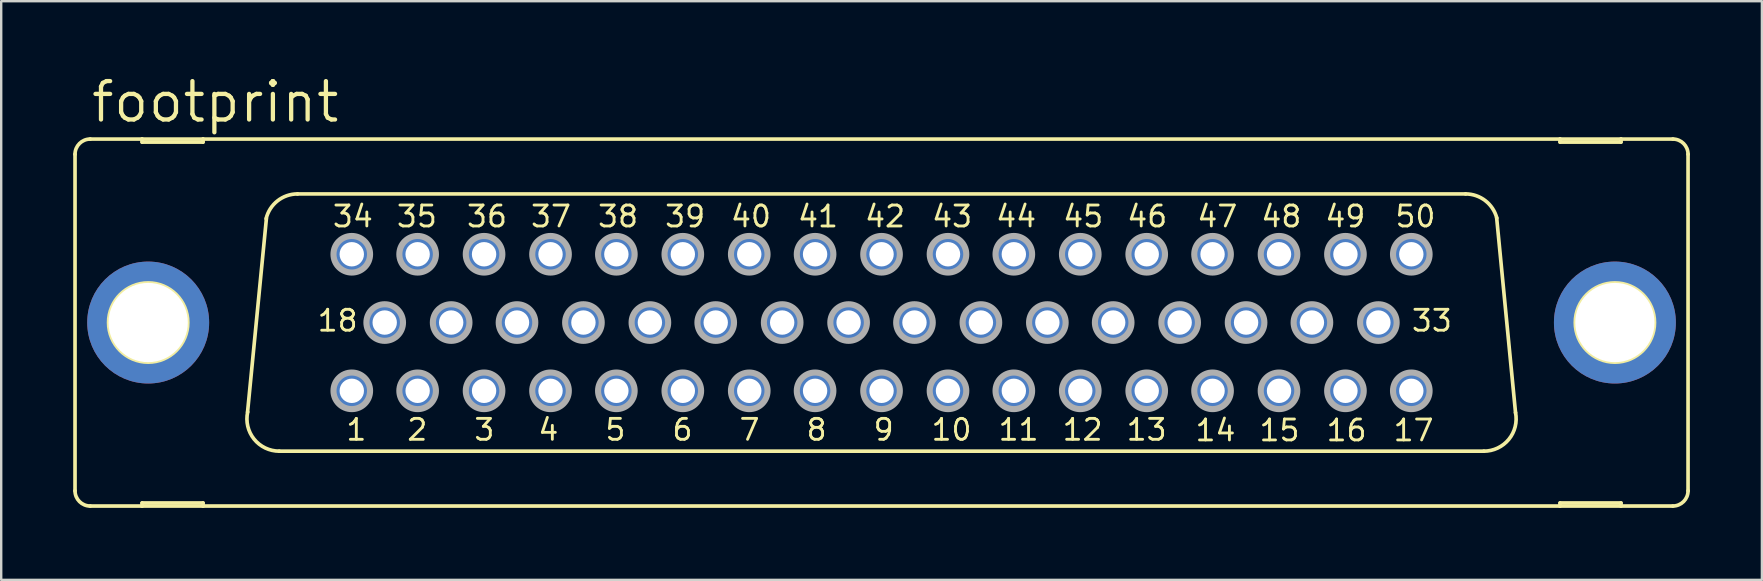
<source format=kicad_pcb>
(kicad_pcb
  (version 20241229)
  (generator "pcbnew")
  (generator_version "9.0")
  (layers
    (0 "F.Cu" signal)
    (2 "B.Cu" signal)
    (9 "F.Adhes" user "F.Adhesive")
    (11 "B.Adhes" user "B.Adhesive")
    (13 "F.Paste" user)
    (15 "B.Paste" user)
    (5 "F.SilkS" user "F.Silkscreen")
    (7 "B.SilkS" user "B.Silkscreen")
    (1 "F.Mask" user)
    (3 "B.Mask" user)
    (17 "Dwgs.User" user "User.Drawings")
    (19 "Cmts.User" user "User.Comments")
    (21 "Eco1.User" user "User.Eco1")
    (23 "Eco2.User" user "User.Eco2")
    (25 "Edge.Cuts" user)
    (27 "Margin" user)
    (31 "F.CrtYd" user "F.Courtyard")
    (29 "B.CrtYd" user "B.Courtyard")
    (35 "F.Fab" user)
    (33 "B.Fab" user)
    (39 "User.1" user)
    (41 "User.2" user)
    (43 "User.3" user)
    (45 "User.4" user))
  (footprint "footprint"
    (layer "F.Cu")
    (at 33.68 10.389)
    (property "Reference" "footprint" (at -33.02 -8.255 0) (layer "F.SilkS") (effects (font (size 1.6 1.6) (thickness 0.178)) (justify left bottom)))
    (fp_line (start -33.604 7.01) (end -33.604 -7.01) (stroke (width 0.152) (type solid)) (layer "F.SilkS"))
    (fp_line (start -32.969 7.645) (end -30.81 7.645) (stroke (width 0.152) (type solid)) (layer "F.SilkS"))
    (fp_line (start -30.81 -7.645) (end -32.969 -7.645) (stroke (width 0.152) (type solid)) (layer "F.SilkS"))
    (fp_line (start -30.81 -7.518) (end -30.81 -7.645) (stroke (width 0.152) (type solid)) (layer "F.SilkS"))
    (fp_line (start -30.81 7.518) (end -30.81 7.645) (stroke (width 0.152) (type solid)) (layer "F.SilkS"))
    (fp_line (start -30.81 7.645) (end -28.27 7.645) (stroke (width 0.152) (type solid)) (layer "F.SilkS"))
    (fp_line (start -28.27 -7.645) (end -30.81 -7.645) (stroke (width 0.152) (type solid)) (layer "F.SilkS"))
    (fp_line (start -28.27 -7.645) (end -28.27 -7.518) (stroke (width 0.152) (type solid)) (layer "F.SilkS"))
    (fp_line (start -28.27 -7.518) (end -30.81 -7.518) (stroke (width 0.152) (type solid)) (layer "F.SilkS"))
    (fp_line (start -28.27 7.518) (end -30.81 7.518) (stroke (width 0.152) (type solid)) (layer "F.SilkS"))
    (fp_line (start -28.27 7.645) (end -28.27 7.518) (stroke (width 0.152) (type solid)) (layer "F.SilkS"))
    (fp_line (start -28.27 7.645) (end 28.27 7.645) (stroke (width 0.152) (type solid)) (layer "F.SilkS"))
    (fp_line (start -26.416 3.734) (end -25.629 -4.343) (stroke (width 0.152) (type solid)) (layer "F.SilkS"))
    (fp_line (start 24.333 -5.359) (end -24.333 -5.359) (stroke (width 0.152) (type solid)) (layer "F.SilkS"))
    (fp_line (start 25.095 5.359) (end -25.095 5.359) (stroke (width 0.152) (type solid)) (layer "F.SilkS"))
    (fp_line (start 25.629 -4.369) (end 26.416 3.759) (stroke (width 0.152) (type solid)) (layer "F.SilkS"))
    (fp_line (start 28.27 -7.645) (end -28.27 -7.645) (stroke (width 0.152) (type solid)) (layer "F.SilkS"))
    (fp_line (start 28.27 -7.518) (end 28.27 -7.645) (stroke (width 0.152) (type solid)) (layer "F.SilkS"))
    (fp_line (start 28.27 7.518) (end 28.27 7.645) (stroke (width 0.152) (type solid)) (layer "F.SilkS"))
    (fp_line (start 28.27 7.645) (end 30.81 7.645) (stroke (width 0.152) (type solid)) (layer "F.SilkS"))
    (fp_line (start 30.81 -7.645) (end 28.27 -7.645) (stroke (width 0.152) (type solid)) (layer "F.SilkS"))
    (fp_line (start 30.81 -7.645) (end 30.81 -7.518) (stroke (width 0.152) (type solid)) (layer "F.SilkS"))
    (fp_line (start 30.81 -7.518) (end 28.27 -7.518) (stroke (width 0.152) (type solid)) (layer "F.SilkS"))
    (fp_line (start 30.81 7.518) (end 28.27 7.518) (stroke (width 0.152) (type solid)) (layer "F.SilkS"))
    (fp_line (start 30.81 7.645) (end 30.81 7.518) (stroke (width 0.152) (type solid)) (layer "F.SilkS"))
    (fp_line (start 30.81 7.645) (end 32.969 7.645) (stroke (width 0.152) (type solid)) (layer "F.SilkS"))
    (fp_line (start 32.969 -7.645) (end 30.81 -7.645) (stroke (width 0.152) (type solid)) (layer "F.SilkS"))
    (fp_line (start 33.604 7.01) (end 33.604 -7.01) (stroke (width 0.152) (type solid)) (layer "F.SilkS"))
    (fp_arc (start -33.6042 -7.0104) (mid -33.418213 -7.459413) (end -32.9692 -7.6454) (stroke (width 0.1524) (type solid)) (layer "F.SilkS"))
    (fp_arc (start -32.9692 7.6454) (mid -33.418213 7.459413) (end -33.6042 7.0104) (stroke (width 0.1524) (type solid)) (layer "F.SilkS"))
    (fp_arc (start -25.6422 -4.3274) (mid -25.166655 -5.070446) (end -24.333199 -5.3596) (stroke (width 0.1524) (type solid)) (layer "F.SilkS"))
    (fp_arc (start -25.0952 5.3591) (mid -26.143577 4.85738) (end -26.4105 3.7262) (stroke (width 0.1524) (type solid)) (layer "F.SilkS"))
    (fp_arc (start 24.3332 -5.3594) (mid 25.1567 -5.078145) (end 25.6361 -4.3519) (stroke (width 0.1524) (type solid)) (layer "F.SilkS"))
    (fp_arc (start 26.4153 3.7492) (mid 26.136282 4.866684) (end 25.0952 5.3594) (stroke (width 0.1524) (type solid)) (layer "F.SilkS"))
    (fp_arc (start 32.9692 -7.6454) (mid 33.418213 -7.459413) (end 33.6042 -7.0104) (stroke (width 0.1524) (type solid)) (layer "F.SilkS"))
    (fp_arc (start 33.6042 7.0104) (mid 33.418213 7.459413) (end 32.9692 7.6454) (stroke (width 0.1524) (type solid)) (layer "F.SilkS"))
    (fp_circle (center -30.556 0) (end -28.905 0) (stroke (width 0.152) (type solid)) (fill no) (layer "F.SilkS"))
    (fp_circle (center 30.556 0) (end 32.207 0) (stroke (width 0.152) (type solid)) (fill no) (layer "F.SilkS"))
    (fp_circle (center -22.073 -2.845) (end -21.311 -2.845) (stroke (width 0.254) (type solid)) (fill no) (layer "F.Fab"))
    (fp_circle (center -22.073 2.845) (end -21.311 2.845) (stroke (width 0.254) (type solid)) (fill no) (layer "F.Fab"))
    (fp_circle (center -20.701 0) (end -19.939 0) (stroke (width 0.254) (type solid)) (fill no) (layer "F.Fab"))
    (fp_circle (center -19.329 -2.845) (end -18.567 -2.845) (stroke (width 0.254) (type solid)) (fill no) (layer "F.Fab"))
    (fp_circle (center -19.329 2.845) (end -18.567 2.845) (stroke (width 0.254) (type solid)) (fill no) (layer "F.Fab"))
    (fp_circle (center -17.932 0) (end -17.17 0) (stroke (width 0.254) (type solid)) (fill no) (layer "F.Fab"))
    (fp_circle (center -16.561 -2.845) (end -15.799 -2.845) (stroke (width 0.254) (type solid)) (fill no) (layer "F.Fab"))
    (fp_circle (center -16.561 2.845) (end -15.799 2.845) (stroke (width 0.254) (type solid)) (fill no) (layer "F.Fab"))
    (fp_circle (center -15.189 0) (end -14.427 0) (stroke (width 0.254) (type solid)) (fill no) (layer "F.Fab"))
    (fp_circle (center -13.792 -2.845) (end -13.03 -2.845) (stroke (width 0.254) (type solid)) (fill no) (layer "F.Fab"))
    (fp_circle (center -13.792 2.845) (end -13.03 2.845) (stroke (width 0.254) (type solid)) (fill no) (layer "F.Fab"))
    (fp_circle (center -12.421 0) (end -11.659 0) (stroke (width 0.254) (type solid)) (fill no) (layer "F.Fab"))
    (fp_circle (center -11.049 -2.845) (end -10.287 -2.845) (stroke (width 0.254) (type solid)) (fill no) (layer "F.Fab"))
    (fp_circle (center -11.049 2.845) (end -10.287 2.845) (stroke (width 0.254) (type solid)) (fill no) (layer "F.Fab"))
    (fp_circle (center -9.652 0) (end -8.89 0) (stroke (width 0.254) (type solid)) (fill no) (layer "F.Fab"))
    (fp_circle (center -8.28 -2.845) (end -7.518 -2.845) (stroke (width 0.254) (type solid)) (fill no) (layer "F.Fab"))
    (fp_circle (center -8.28 2.845) (end -7.518 2.845) (stroke (width 0.254) (type solid)) (fill no) (layer "F.Fab"))
    (fp_circle (center -6.909 0) (end -6.147 0) (stroke (width 0.254) (type solid)) (fill no) (layer "F.Fab"))
    (fp_circle (center -5.512 -2.845) (end -4.75 -2.845) (stroke (width 0.254) (type solid)) (fill no) (layer "F.Fab"))
    (fp_circle (center -5.512 2.845) (end -4.75 2.845) (stroke (width 0.254) (type solid)) (fill no) (layer "F.Fab"))
    (fp_circle (center -4.14 0) (end -3.378 0) (stroke (width 0.254) (type solid)) (fill no) (layer "F.Fab"))
    (fp_circle (center -2.769 -2.845) (end -2.007 -2.845) (stroke (width 0.254) (type solid)) (fill no) (layer "F.Fab"))
    (fp_circle (center -2.769 2.845) (end -2.007 2.845) (stroke (width 0.254) (type solid)) (fill no) (layer "F.Fab"))
    (fp_circle (center -1.372 0) (end -0.61 0) (stroke (width 0.254) (type solid)) (fill no) (layer "F.Fab"))
    (fp_circle (center 0 -2.845) (end 0.762 -2.845) (stroke (width 0.254) (type solid)) (fill no) (layer "F.Fab"))
    (fp_circle (center 0 2.845) (end 0.762 2.845) (stroke (width 0.254) (type solid)) (fill no) (layer "F.Fab"))
    (fp_circle (center 1.372 0) (end 2.134 0) (stroke (width 0.254) (type solid)) (fill no) (layer "F.Fab"))
    (fp_circle (center 2.769 -2.845) (end 3.531 -2.845) (stroke (width 0.254) (type solid)) (fill no) (layer "F.Fab"))
    (fp_circle (center 2.769 2.845) (end 3.531 2.845) (stroke (width 0.254) (type solid)) (fill no) (layer "F.Fab"))
    (fp_circle (center 4.14 0) (end 4.902 0) (stroke (width 0.254) (type solid)) (fill no) (layer "F.Fab"))
    (fp_circle (center 5.512 -2.845) (end 6.274 -2.845) (stroke (width 0.254) (type solid)) (fill no) (layer "F.Fab"))
    (fp_circle (center 5.512 2.845) (end 6.274 2.845) (stroke (width 0.254) (type solid)) (fill no) (layer "F.Fab"))
    (fp_circle (center 6.909 0) (end 7.671 0) (stroke (width 0.254) (type solid)) (fill no) (layer "F.Fab"))
    (fp_circle (center 8.28 -2.845) (end 9.042 -2.845) (stroke (width 0.254) (type solid)) (fill no) (layer "F.Fab"))
    (fp_circle (center 8.28 2.845) (end 9.042 2.845) (stroke (width 0.254) (type solid)) (fill no) (layer "F.Fab"))
    (fp_circle (center 9.652 0) (end 10.414 0) (stroke (width 0.254) (type solid)) (fill no) (layer "F.Fab"))
    (fp_circle (center 11.049 -2.845) (end 11.811 -2.845) (stroke (width 0.254) (type solid)) (fill no) (layer "F.Fab"))
    (fp_circle (center 11.049 2.845) (end 11.811 2.845) (stroke (width 0.254) (type solid)) (fill no) (layer "F.Fab"))
    (fp_circle (center 12.421 0) (end 13.183 0) (stroke (width 0.254) (type solid)) (fill no) (layer "F.Fab"))
    (fp_circle (center 13.792 -2.845) (end 14.554 -2.845) (stroke (width 0.254) (type solid)) (fill no) (layer "F.Fab"))
    (fp_circle (center 13.792 2.845) (end 14.554 2.845) (stroke (width 0.254) (type solid)) (fill no) (layer "F.Fab"))
    (fp_circle (center 15.189 0) (end 15.951 0) (stroke (width 0.254) (type solid)) (fill no) (layer "F.Fab"))
    (fp_circle (center 16.561 -2.845) (end 17.323 -2.845) (stroke (width 0.254) (type solid)) (fill no) (layer "F.Fab"))
    (fp_circle (center 16.561 2.845) (end 17.323 2.845) (stroke (width 0.254) (type solid)) (fill no) (layer "F.Fab"))
    (fp_circle (center 17.932 0) (end 18.694 0) (stroke (width 0.254) (type solid)) (fill no) (layer "F.Fab"))
    (fp_circle (center 19.329 -2.845) (end 20.091 -2.845) (stroke (width 0.254) (type solid)) (fill no) (layer "F.Fab"))
    (fp_circle (center 19.329 2.845) (end 20.091 2.845) (stroke (width 0.254) (type solid)) (fill no) (layer "F.Fab"))
    (fp_circle (center 20.701 0) (end 21.463 0) (stroke (width 0.254) (type solid)) (fill no) (layer "F.Fab"))
    (fp_circle (center 22.073 -2.845) (end 22.835 -2.845) (stroke (width 0.254) (type solid)) (fill no) (layer "F.Fab"))
    (fp_circle (center 22.073 2.845) (end 22.835 2.845) (stroke (width 0.254) (type solid)) (fill no) (layer "F.Fab"))
    (fp_text user "17" (at 21.26 5.004 0) (layer "F.SilkS") (effects (font (size 0.872 0.872) (thickness 0.119)) (justify left bottom)))
    (fp_text user "10" (at 2.007 4.978 0) (layer "F.SilkS") (effects (font (size 0.872 0.872) (thickness 0.119)) (justify left bottom)))
    (fp_text user "5" (at -11.582 4.978 0) (layer "F.SilkS") (effects (font (size 0.872 0.872) (thickness 0.119)) (justify left bottom)))
    (fp_text user "6" (at -8.788 4.978 0) (layer "F.SilkS") (effects (font (size 0.872 0.872) (thickness 0.119)) (justify left bottom)))
    (fp_text user "37" (at -14.681 -3.912 0) (layer "F.SilkS") (effects (font (size 0.872 0.872) (thickness 0.119)) (justify left bottom)))
    (fp_text user "12" (at 7.468 4.978 0) (layer "F.SilkS") (effects (font (size 0.872 0.872) (thickness 0.119)) (justify left bottom)))
    (fp_text user "2" (at -19.837 4.978 0) (layer "F.SilkS") (effects (font (size 0.872 0.872) (thickness 0.119)) (justify left bottom)))
    (fp_text user "43" (at 2.032 -3.912 0) (layer "F.SilkS") (effects (font (size 0.872 0.872) (thickness 0.119)) (justify left bottom)))
    (fp_text user "8" (at -3.2 4.978 0) (layer "F.SilkS") (effects (font (size 0.872 0.872) (thickness 0.119)) (justify left bottom)))
    (fp_text user "42" (at -0.762 -3.912 0) (layer "F.SilkS") (effects (font (size 0.872 0.872) (thickness 0.119)) (justify left bottom)))
    (fp_text user "44" (at 4.699 -3.912 0) (layer "F.SilkS") (effects (font (size 0.872 0.872) (thickness 0.119)) (justify left bottom)))
    (fp_text user "46" (at 10.16 -3.912 0) (layer "F.SilkS") (effects (font (size 0.872 0.872) (thickness 0.119)) (justify left bottom)))
    (fp_text user "1" (at -22.377 4.978 0) (layer "F.SilkS") (effects (font (size 0.872 0.872) (thickness 0.119)) (justify left bottom)))
    (fp_text user "18" (at -23.571 0.432 0) (layer "F.SilkS") (effects (font (size 0.872 0.872) (thickness 0.119)) (justify left bottom)))
    (fp_text user "50" (at 21.336 -3.912 0) (layer "F.SilkS") (effects (font (size 0.872 0.872) (thickness 0.119)) (justify left bottom)))
    (fp_text user "33" (at 22.022 0.432 0) (layer "F.SilkS") (effects (font (size 0.872 0.872) (thickness 0.119)) (justify left bottom)))
    (fp_text user "48" (at 15.748 -3.912 0) (layer "F.SilkS") (effects (font (size 0.872 0.872) (thickness 0.119)) (justify left bottom)))
    (fp_text user "41" (at -3.556 -3.912 0) (layer "F.SilkS") (effects (font (size 0.872 0.872) (thickness 0.119)) (justify left bottom)))
    (fp_text user "9" (at -0.406 4.978 0) (layer "F.SilkS") (effects (font (size 0.872 0.872) (thickness 0.119)) (justify left bottom)))
    (fp_text user "36" (at -17.348 -3.912 0) (layer "F.SilkS") (effects (font (size 0.872 0.872) (thickness 0.119)) (justify left bottom)))
    (fp_text user "47" (at 13.081 -3.912 0) (layer "F.SilkS") (effects (font (size 0.872 0.872) (thickness 0.119)) (justify left bottom)))
    (fp_text user "13" (at 10.135 4.978 0) (layer "F.SilkS") (effects (font (size 0.872 0.872) (thickness 0.119)) (justify left bottom)))
    (fp_text user "15" (at 15.672 5.004 0) (layer "F.SilkS") (effects (font (size 0.872 0.872) (thickness 0.119)) (justify left bottom)))
    (fp_text user "11" (at 4.801 4.978 0) (layer "F.SilkS") (effects (font (size 0.872 0.872) (thickness 0.119)) (justify left bottom)))
    (fp_text user "4" (at -14.376 4.978 0) (layer "F.SilkS") (effects (font (size 0.872 0.872) (thickness 0.119)) (justify left bottom)))
    (fp_text user "38" (at -11.887 -3.912 0) (layer "F.SilkS") (effects (font (size 0.872 0.872) (thickness 0.119)) (justify left bottom)))
    (fp_text user "16" (at 18.466 5.004 0) (layer "F.SilkS") (effects (font (size 0.872 0.872) (thickness 0.119)) (justify left bottom)))
    (fp_text user "34" (at -22.936 -3.912 0) (layer "F.SilkS") (effects (font (size 0.872 0.872) (thickness 0.119)) (justify left bottom)))
    (fp_text user "39" (at -9.093 -3.912 0) (layer "F.SilkS") (effects (font (size 0.872 0.872) (thickness 0.119)) (justify left bottom)))
    (fp_text user "49" (at 18.415 -3.912 0) (layer "F.SilkS") (effects (font (size 0.872 0.872) (thickness 0.119)) (justify left bottom)))
    (fp_text user "45" (at 7.493 -3.912 0) (layer "F.SilkS") (effects (font (size 0.872 0.872) (thickness 0.119)) (justify left bottom)))
    (fp_text user "14" (at 13.005 5.004 0) (layer "F.SilkS") (effects (font (size 0.872 0.872) (thickness 0.119)) (justify left bottom)))
    (fp_text user "3" (at -17.043 4.978 0) (layer "F.SilkS") (effects (font (size 0.872 0.872) (thickness 0.119)) (justify left bottom)))
    (fp_text user "35" (at -20.269 -3.912 0) (layer "F.SilkS") (effects (font (size 0.872 0.872) (thickness 0.119)) (justify left bottom)))
    (fp_text user "7" (at -5.994 4.978 0) (layer "F.SilkS") (effects (font (size 0.872 0.872) (thickness 0.119)) (justify left bottom)))
    (fp_text user "40" (at -6.35 -3.912 0) (layer "F.SilkS") (effects (font (size 0.872 0.872) (thickness 0.119)) (justify left bottom)))
    (pad "1" thru_hole roundrect (at -22.073 2.845) (size 1.524 1.524) (drill 1.016) (layers "*.Cu" "*.Mask") (roundrect_rratio 0.25) (chamfer_ratio 0.25) (chamfer top_left top_right bottom_left bottom_right))
    (pad "2" thru_hole roundrect (at -19.329 2.845) (size 1.524 1.524) (drill 1.016) (layers "*.Cu" "*.Mask") (roundrect_rratio 0.25) (chamfer_ratio 0.25) (chamfer top_left top_right bottom_left bottom_right))
    (pad "3" thru_hole roundrect (at -16.561 2.845) (size 1.524 1.524) (drill 1.016) (layers "*.Cu" "*.Mask") (roundrect_rratio 0.25) (chamfer_ratio 0.25) (chamfer top_left top_right bottom_left bottom_right))
    (pad "4" thru_hole roundrect (at -13.792 2.845) (size 1.524 1.524) (drill 1.016) (layers "*.Cu" "*.Mask") (roundrect_rratio 0.25) (chamfer_ratio 0.25) (chamfer top_left top_right bottom_left bottom_right))
    (pad "5" thru_hole roundrect (at -11.049 2.845) (size 1.524 1.524) (drill 1.016) (layers "*.Cu" "*.Mask") (roundrect_rratio 0.25) (chamfer_ratio 0.25) (chamfer top_left top_right bottom_left bottom_right))
    (pad "6" thru_hole roundrect (at -8.28 2.845) (size 1.524 1.524) (drill 1.016) (layers "*.Cu" "*.Mask") (roundrect_rratio 0.25) (chamfer_ratio 0.25) (chamfer top_left top_right bottom_left bottom_right))
    (pad "7" thru_hole roundrect (at -5.512 2.845) (size 1.524 1.524) (drill 1.016) (layers "*.Cu" "*.Mask") (roundrect_rratio 0.25) (chamfer_ratio 0.25) (chamfer top_left top_right bottom_left bottom_right))
    (pad "8" thru_hole roundrect (at -2.769 2.845) (size 1.524 1.524) (drill 1.016) (layers "*.Cu" "*.Mask") (roundrect_rratio 0.25) (chamfer_ratio 0.25) (chamfer top_left top_right bottom_left bottom_right))
    (pad "9" thru_hole roundrect (at 0 2.845) (size 1.524 1.524) (drill 1.016) (layers "*.Cu" "*.Mask") (roundrect_rratio 0.25) (chamfer_ratio 0.25) (chamfer top_left top_right bottom_left bottom_right))
    (pad "10" thru_hole roundrect (at 2.769 2.845) (size 1.524 1.524) (drill 1.016) (layers "*.Cu" "*.Mask") (roundrect_rratio 0.25) (chamfer_ratio 0.25) (chamfer top_left top_right bottom_left bottom_right))
    (pad "11" thru_hole roundrect (at 5.512 2.845) (size 1.524 1.524) (drill 1.016) (layers "*.Cu" "*.Mask") (roundrect_rratio 0.25) (chamfer_ratio 0.25) (chamfer top_left top_right bottom_left bottom_right))
    (pad "12" thru_hole roundrect (at 8.28 2.845) (size 1.524 1.524) (drill 1.016) (layers "*.Cu" "*.Mask") (roundrect_rratio 0.25) (chamfer_ratio 0.25) (chamfer top_left top_right bottom_left bottom_right))
    (pad "13" thru_hole roundrect (at 11.049 2.845) (size 1.524 1.524) (drill 1.016) (layers "*.Cu" "*.Mask") (roundrect_rratio 0.25) (chamfer_ratio 0.25) (chamfer top_left top_right bottom_left bottom_right))
    (pad "14" thru_hole roundrect (at 13.792 2.845) (size 1.524 1.524) (drill 1.016) (layers "*.Cu" "*.Mask") (roundrect_rratio 0.25) (chamfer_ratio 0.25) (chamfer top_left top_right bottom_left bottom_right))
    (pad "15" thru_hole roundrect (at 16.561 2.845) (size 1.524 1.524) (drill 1.016) (layers "*.Cu" "*.Mask") (roundrect_rratio 0.25) (chamfer_ratio 0.25) (chamfer top_left top_right bottom_left bottom_right))
    (pad "16" thru_hole roundrect (at 19.329 2.845) (size 1.524 1.524) (drill 1.016) (layers "*.Cu" "*.Mask") (roundrect_rratio 0.25) (chamfer_ratio 0.25) (chamfer top_left top_right bottom_left bottom_right))
    (pad "17" thru_hole roundrect (at 22.073 2.845) (size 1.524 1.524) (drill 1.016) (layers "*.Cu" "*.Mask") (roundrect_rratio 0.25) (chamfer_ratio 0.25) (chamfer top_left top_right bottom_left bottom_right))
    (pad "18" thru_hole roundrect (at -20.701 0) (size 1.524 1.524) (drill 1.016) (layers "*.Cu" "*.Mask") (roundrect_rratio 0.25) (chamfer_ratio 0.25) (chamfer top_left top_right bottom_left bottom_right))
    (pad "19" thru_hole roundrect (at -17.932 0) (size 1.524 1.524) (drill 1.016) (layers "*.Cu" "*.Mask") (roundrect_rratio 0.25) (chamfer_ratio 0.25) (chamfer top_left top_right bottom_left bottom_right))
    (pad "20" thru_hole roundrect (at -15.189 0) (size 1.524 1.524) (drill 1.016) (layers "*.Cu" "*.Mask") (roundrect_rratio 0.25) (chamfer_ratio 0.25) (chamfer top_left top_right bottom_left bottom_right))
    (pad "21" thru_hole roundrect (at -12.421 0) (size 1.524 1.524) (drill 1.016) (layers "*.Cu" "*.Mask") (roundrect_rratio 0.25) (chamfer_ratio 0.25) (chamfer top_left top_right bottom_left bottom_right))
    (pad "22" thru_hole roundrect (at -9.652 0) (size 1.524 1.524) (drill 1.016) (layers "*.Cu" "*.Mask") (roundrect_rratio 0.25) (chamfer_ratio 0.25) (chamfer top_left top_right bottom_left bottom_right))
    (pad "23" thru_hole roundrect (at -6.909 0) (size 1.524 1.524) (drill 1.016) (layers "*.Cu" "*.Mask") (roundrect_rratio 0.25) (chamfer_ratio 0.25) (chamfer top_left top_right bottom_left bottom_right))
    (pad "24" thru_hole roundrect (at -4.14 0) (size 1.524 1.524) (drill 1.016) (layers "*.Cu" "*.Mask") (roundrect_rratio 0.25) (chamfer_ratio 0.25) (chamfer top_left top_right bottom_left bottom_right))
    (pad "25" thru_hole roundrect (at -1.372 0) (size 1.524 1.524) (drill 1.016) (layers "*.Cu" "*.Mask") (roundrect_rratio 0.25) (chamfer_ratio 0.25) (chamfer top_left top_right bottom_left bottom_right))
    (pad "26" thru_hole roundrect (at 1.372 0) (size 1.524 1.524) (drill 1.016) (layers "*.Cu" "*.Mask") (roundrect_rratio 0.25) (chamfer_ratio 0.25) (chamfer top_left top_right bottom_left bottom_right))
    (pad "27" thru_hole roundrect (at 4.14 0) (size 1.524 1.524) (drill 1.016) (layers "*.Cu" "*.Mask") (roundrect_rratio 0.25) (chamfer_ratio 0.25) (chamfer top_left top_right bottom_left bottom_right))
    (pad "28" thru_hole roundrect (at 6.909 0) (size 1.524 1.524) (drill 1.016) (layers "*.Cu" "*.Mask") (roundrect_rratio 0.25) (chamfer_ratio 0.25) (chamfer top_left top_right bottom_left bottom_right))
    (pad "29" thru_hole roundrect (at 9.652 0) (size 1.524 1.524) (drill 1.016) (layers "*.Cu" "*.Mask") (roundrect_rratio 0.25) (chamfer_ratio 0.25) (chamfer top_left top_right bottom_left bottom_right))
    (pad "30" thru_hole roundrect (at 12.421 0) (size 1.524 1.524) (drill 1.016) (layers "*.Cu" "*.Mask") (roundrect_rratio 0.25) (chamfer_ratio 0.25) (chamfer top_left top_right bottom_left bottom_right))
    (pad "31" thru_hole roundrect (at 15.189 0) (size 1.524 1.524) (drill 1.016) (layers "*.Cu" "*.Mask") (roundrect_rratio 0.25) (chamfer_ratio 0.25) (chamfer top_left top_right bottom_left bottom_right))
    (pad "32" thru_hole roundrect (at 17.932 0) (size 1.524 1.524) (drill 1.016) (layers "*.Cu" "*.Mask") (roundrect_rratio 0.25) (chamfer_ratio 0.25) (chamfer top_left top_right bottom_left bottom_right))
    (pad "33" thru_hole roundrect (at 20.701 0) (size 1.524 1.524) (drill 1.016) (layers "*.Cu" "*.Mask") (roundrect_rratio 0.25) (chamfer_ratio 0.25) (chamfer top_left top_right bottom_left bottom_right))
    (pad "34" thru_hole roundrect (at -22.073 -2.845) (size 1.524 1.524) (drill 1.016) (layers "*.Cu" "*.Mask") (roundrect_rratio 0.25) (chamfer_ratio 0.25) (chamfer top_left top_right bottom_left bottom_right))
    (pad "35" thru_hole roundrect (at -19.329 -2.845) (size 1.524 1.524) (drill 1.016) (layers "*.Cu" "*.Mask") (roundrect_rratio 0.25) (chamfer_ratio 0.25) (chamfer top_left top_right bottom_left bottom_right))
    (pad "36" thru_hole roundrect (at -16.561 -2.845) (size 1.524 1.524) (drill 1.016) (layers "*.Cu" "*.Mask") (roundrect_rratio 0.25) (chamfer_ratio 0.25) (chamfer top_left top_right bottom_left bottom_right))
    (pad "37" thru_hole roundrect (at -13.792 -2.845) (size 1.524 1.524) (drill 1.016) (layers "*.Cu" "*.Mask") (roundrect_rratio 0.25) (chamfer_ratio 0.25) (chamfer top_left top_right bottom_left bottom_right))
    (pad "38" thru_hole roundrect (at -11.049 -2.845) (size 1.524 1.524) (drill 1.016) (layers "*.Cu" "*.Mask") (roundrect_rratio 0.25) (chamfer_ratio 0.25) (chamfer top_left top_right bottom_left bottom_right))
    (pad "39" thru_hole roundrect (at -8.28 -2.845) (size 1.524 1.524) (drill 1.016) (layers "*.Cu" "*.Mask") (roundrect_rratio 0.25) (chamfer_ratio 0.25) (chamfer top_left top_right bottom_left bottom_right))
    (pad "40" thru_hole roundrect (at -5.512 -2.845) (size 1.524 1.524) (drill 1.016) (layers "*.Cu" "*.Mask") (roundrect_rratio 0.25) (chamfer_ratio 0.25) (chamfer top_left top_right bottom_left bottom_right))
    (pad "41" thru_hole roundrect (at -2.769 -2.845) (size 1.524 1.524) (drill 1.016) (layers "*.Cu" "*.Mask") (roundrect_rratio 0.25) (chamfer_ratio 0.25) (chamfer top_left top_right bottom_left bottom_right))
    (pad "42" thru_hole roundrect (at 0 -2.845) (size 1.524 1.524) (drill 1.016) (layers "*.Cu" "*.Mask") (roundrect_rratio 0.25) (chamfer_ratio 0.25) (chamfer top_left top_right bottom_left bottom_right))
    (pad "43" thru_hole roundrect (at 2.769 -2.845) (size 1.524 1.524) (drill 1.016) (layers "*.Cu" "*.Mask") (roundrect_rratio 0.25) (chamfer_ratio 0.25) (chamfer top_left top_right bottom_left bottom_right))
    (pad "44" thru_hole roundrect (at 5.512 -2.845) (size 1.524 1.524) (drill 1.016) (layers "*.Cu" "*.Mask") (roundrect_rratio 0.25) (chamfer_ratio 0.25) (chamfer top_left top_right bottom_left bottom_right))
    (pad "45" thru_hole roundrect (at 8.28 -2.845) (size 1.524 1.524) (drill 1.016) (layers "*.Cu" "*.Mask") (roundrect_rratio 0.25) (chamfer_ratio 0.25) (chamfer top_left top_right bottom_left bottom_right))
    (pad "46" thru_hole roundrect (at 11.049 -2.845) (size 1.524 1.524) (drill 1.016) (layers "*.Cu" "*.Mask") (roundrect_rratio 0.25) (chamfer_ratio 0.25) (chamfer top_left top_right bottom_left bottom_right))
    (pad "47" thru_hole roundrect (at 13.792 -2.845) (size 1.524 1.524) (drill 1.016) (layers "*.Cu" "*.Mask") (roundrect_rratio 0.25) (chamfer_ratio 0.25) (chamfer top_left top_right bottom_left bottom_right))
    (pad "48" thru_hole roundrect (at 16.561 -2.845) (size 1.524 1.524) (drill 1.016) (layers "*.Cu" "*.Mask") (roundrect_rratio 0.25) (chamfer_ratio 0.25) (chamfer top_left top_right bottom_left bottom_right))
    (pad "49" thru_hole roundrect (at 19.329 -2.845) (size 1.524 1.524) (drill 1.016) (layers "*.Cu" "*.Mask") (roundrect_rratio 0.25) (chamfer_ratio 0.25) (chamfer top_left top_right bottom_left bottom_right))
    (pad "50" thru_hole roundrect (at 22.073 -2.845) (size 1.524 1.524) (drill 1.016) (layers "*.Cu" "*.Mask") (roundrect_rratio 0.25) (chamfer_ratio 0.25) (chamfer top_left top_right bottom_left bottom_right))
    (pad "G1" thru_hole circle (at 30.556 0) (size 5.08 5.08) (drill 3.302) (layers "*.Cu" "*.Mask"))
    (pad "G2" thru_hole circle (at -30.556 0) (size 5.08 5.08) (drill 3.302) (layers "*.Cu" "*.Mask")))
  (gr_rect
    (start -3 -3)
    (end 70.361 21.11)
    (stroke (width 0.1) (type default))
    (fill no)
    (layer "Edge.Cuts")))
</source>
